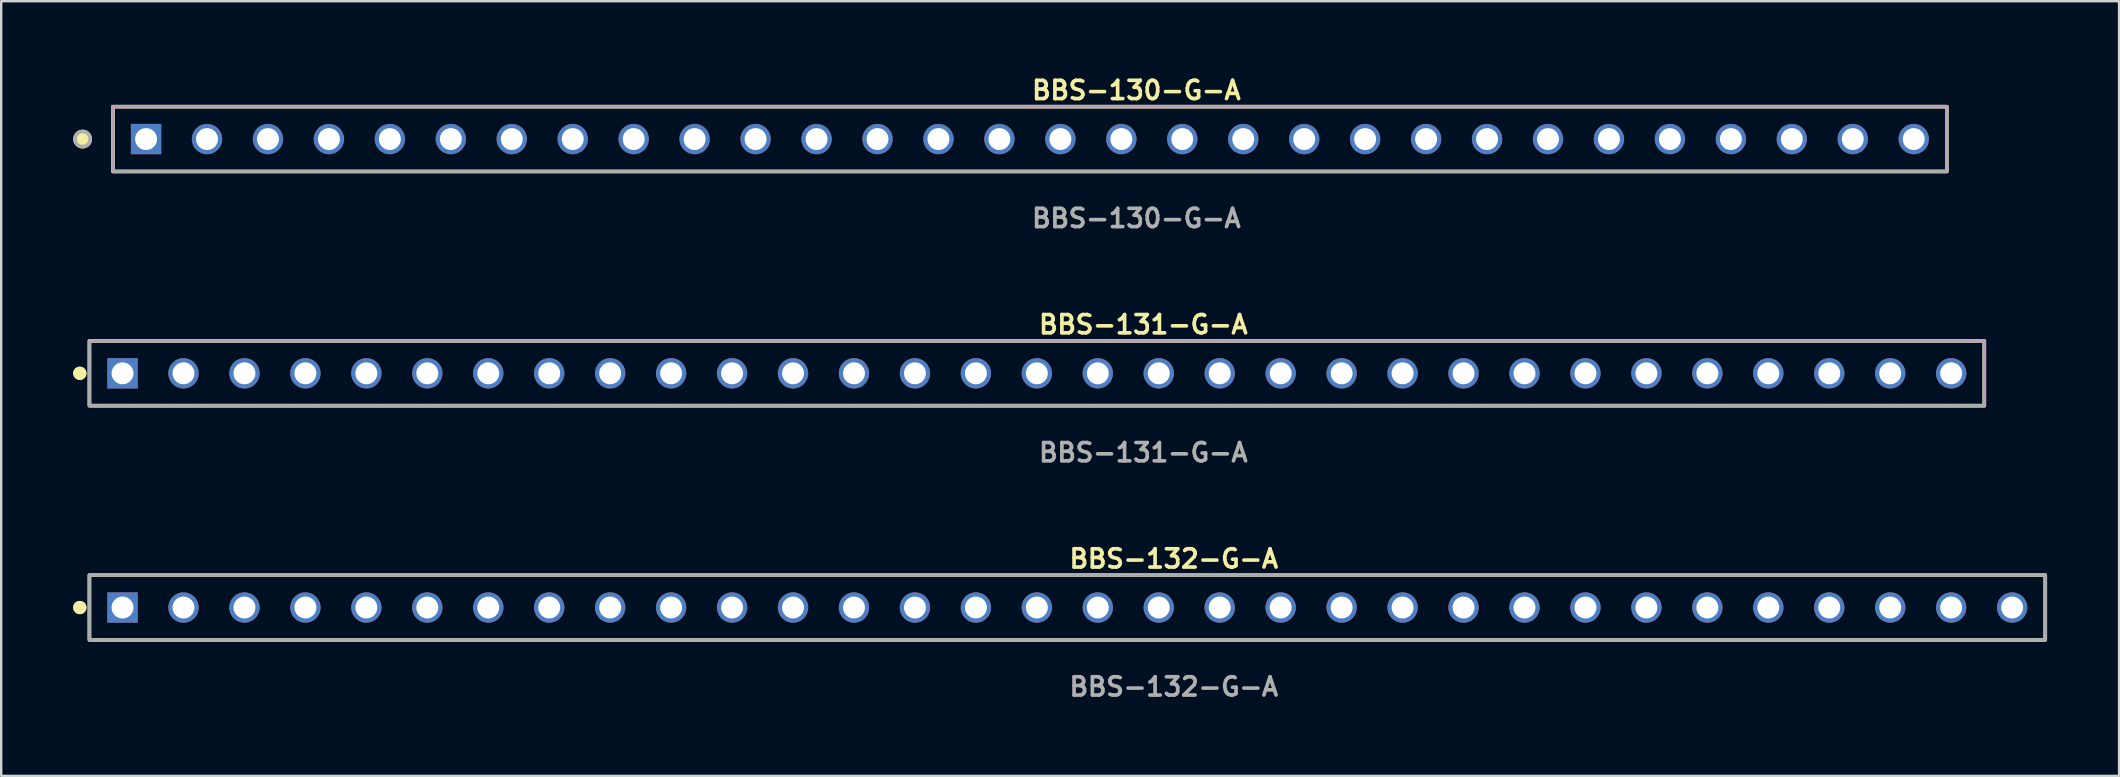
<source format=kicad_pcb>
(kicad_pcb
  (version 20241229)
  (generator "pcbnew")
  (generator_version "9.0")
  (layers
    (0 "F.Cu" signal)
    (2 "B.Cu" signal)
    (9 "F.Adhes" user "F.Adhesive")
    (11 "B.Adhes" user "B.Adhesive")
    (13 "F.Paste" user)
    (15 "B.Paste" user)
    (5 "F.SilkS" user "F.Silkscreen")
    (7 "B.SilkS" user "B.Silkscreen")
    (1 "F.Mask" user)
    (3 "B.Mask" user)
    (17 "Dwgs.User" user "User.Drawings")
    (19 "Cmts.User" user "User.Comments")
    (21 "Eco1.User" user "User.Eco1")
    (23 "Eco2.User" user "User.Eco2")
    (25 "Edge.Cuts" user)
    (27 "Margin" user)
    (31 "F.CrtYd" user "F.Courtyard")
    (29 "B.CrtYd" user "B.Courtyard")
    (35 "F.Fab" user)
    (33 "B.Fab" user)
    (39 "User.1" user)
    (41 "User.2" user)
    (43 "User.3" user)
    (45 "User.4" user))
  (footprint "BBS-132-G-A"
    (layer "F.Cu")
    (at 41.426 22.266)
    (property "Reference" "BBS-132-G-A" (at 0 -2.032 0) (unlocked yes) (layer "F.SilkS") (effects (font (size 0.762 0.762) (thickness 0.152)) (justify left)))
    (fp_rect (start -40.75 1.35) (end 40.75 -1.35) (stroke (width 0.152) (type solid)) (fill no) (layer "F.SilkS"))
    (fp_circle (center -41.15 0) (end -41.35 0) (stroke (width 0.152) (type solid)) (fill yes) (layer "F.SilkS"))
    (fp_circle (center -41.15 0) (end -41.35 0) (stroke (width 0.152) (type solid)) (fill yes) (layer "F.SilkS"))
    (fp_rect (start -40.75 1.35) (end 40.75 -1.35) (stroke (width 0.006) (type solid)) (fill no) (layer "F.CrtYd"))
    (fp_rect (start -40.75 1.35) (end 40.75 -1.35) (stroke (width 0.152) (type solid)) (fill no) (layer "F.Fab"))
    (fp_text user "${REFERENCE}" (at 0 3.302 0) (unlocked yes) (layer "F.Fab") (effects (font (size 0.762 0.762) (thickness 0.152)) (justify left)))
    (pad "1" thru_hole rect (at -39.37 0) (size 1.264 1.264) (drill 0.914) (layers "*.Cu" "*.Mask"))
    (pad "2" thru_hole circle (at -36.83 0) (size 1.264 1.264) (drill 0.914) (layers "*.Cu" "*.Mask"))
    (pad "3" thru_hole circle (at -34.29 0) (size 1.264 1.264) (drill 0.914) (layers "*.Cu" "*.Mask"))
    (pad "4" thru_hole circle (at -31.75 0) (size 1.264 1.264) (drill 0.914) (layers "*.Cu" "*.Mask"))
    (pad "5" thru_hole circle (at -29.21 0) (size 1.264 1.264) (drill 0.914) (layers "*.Cu" "*.Mask"))
    (pad "6" thru_hole circle (at -26.67 0) (size 1.264 1.264) (drill 0.914) (layers "*.Cu" "*.Mask"))
    (pad "7" thru_hole circle (at -24.13 0) (size 1.264 1.264) (drill 0.914) (layers "*.Cu" "*.Mask"))
    (pad "8" thru_hole circle (at -21.59 0) (size 1.264 1.264) (drill 0.914) (layers "*.Cu" "*.Mask"))
    (pad "9" thru_hole circle (at -19.05 0) (size 1.264 1.264) (drill 0.914) (layers "*.Cu" "*.Mask"))
    (pad "10" thru_hole circle (at -16.51 0) (size 1.264 1.264) (drill 0.914) (layers "*.Cu" "*.Mask"))
    (pad "11" thru_hole circle (at -13.97 0) (size 1.264 1.264) (drill 0.914) (layers "*.Cu" "*.Mask"))
    (pad "12" thru_hole circle (at -11.43 0) (size 1.264 1.264) (drill 0.914) (layers "*.Cu" "*.Mask"))
    (pad "13" thru_hole circle (at -8.89 0) (size 1.264 1.264) (drill 0.914) (layers "*.Cu" "*.Mask"))
    (pad "14" thru_hole circle (at -6.35 0) (size 1.264 1.264) (drill 0.914) (layers "*.Cu" "*.Mask"))
    (pad "15" thru_hole circle (at -3.81 0) (size 1.264 1.264) (drill 0.914) (layers "*.Cu" "*.Mask"))
    (pad "16" thru_hole circle (at -1.27 0) (size 1.264 1.264) (drill 0.914) (layers "*.Cu" "*.Mask"))
    (pad "17" thru_hole circle (at 1.27 0) (size 1.264 1.264) (drill 0.914) (layers "*.Cu" "*.Mask"))
    (pad "18" thru_hole circle (at 3.81 0) (size 1.264 1.264) (drill 0.914) (layers "*.Cu" "*.Mask"))
    (pad "19" thru_hole circle (at 6.35 0) (size 1.264 1.264) (drill 0.914) (layers "*.Cu" "*.Mask"))
    (pad "20" thru_hole circle (at 8.89 0) (size 1.264 1.264) (drill 0.914) (layers "*.Cu" "*.Mask"))
    (pad "21" thru_hole circle (at 11.43 0) (size 1.264 1.264) (drill 0.914) (layers "*.Cu" "*.Mask"))
    (pad "22" thru_hole circle (at 13.97 0) (size 1.264 1.264) (drill 0.914) (layers "*.Cu" "*.Mask"))
    (pad "23" thru_hole circle (at 16.51 0) (size 1.264 1.264) (drill 0.914) (layers "*.Cu" "*.Mask"))
    (pad "24" thru_hole circle (at 19.05 0) (size 1.264 1.264) (drill 0.914) (layers "*.Cu" "*.Mask"))
    (pad "25" thru_hole circle (at 21.59 0) (size 1.264 1.264) (drill 0.914) (layers "*.Cu" "*.Mask"))
    (pad "26" thru_hole circle (at 24.13 0) (size 1.264 1.264) (drill 0.914) (layers "*.Cu" "*.Mask"))
    (pad "27" thru_hole circle (at 26.67 0) (size 1.264 1.264) (drill 0.914) (layers "*.Cu" "*.Mask"))
    (pad "28" thru_hole circle (at 29.21 0) (size 1.264 1.264) (drill 0.914) (layers "*.Cu" "*.Mask"))
    (pad "29" thru_hole circle (at 31.75 0) (size 1.264 1.264) (drill 0.914) (layers "*.Cu" "*.Mask"))
    (pad "30" thru_hole circle (at 34.29 0) (size 1.264 1.264) (drill 0.914) (layers "*.Cu" "*.Mask"))
    (pad "31" thru_hole circle (at 36.83 0) (size 1.264 1.264) (drill 0.914) (layers "*.Cu" "*.Mask"))
    (pad "32" thru_hole circle (at 39.37 0) (size 1.264 1.264) (drill 0.914) (layers "*.Cu" "*.Mask")))
  (footprint "BBS-130-G-A"
    (layer "F.Cu")
    (at 39.866 2.745)
    (property "Reference" "BBS-130-G-A" (at 0 -2.032 0) (unlocked yes) (layer "F.SilkS") (effects (font (size 0.762 0.762) (thickness 0.152)) (justify left)))
    (fp_rect (start -38.21 1.35) (end 38.21 -1.35) (stroke (width 0.152) (type solid)) (fill no) (layer "F.SilkS"))
    (fp_circle (center -39.474 0) (end -39.79 0) (stroke (width 0.152) (type solid)) (fill yes) (layer "F.SilkS"))
    (fp_rect (start -38.21 1.35) (end 38.21 -1.35) (stroke (width 0.006) (type solid)) (fill no) (layer "F.CrtYd"))
    (fp_rect (start -38.21 1.35) (end 38.21 -1.35) (stroke (width 0.152) (type solid)) (fill no) (layer "F.Fab"))
    (fp_circle (center -39.474 0) (end -39.79 0) (stroke (width 0.152) (type solid)) (fill no) (layer "F.Fab"))
    (fp_text user "${REFERENCE}" (at 0 3.302 0) (unlocked yes) (layer "F.Fab") (effects (font (size 0.762 0.762) (thickness 0.152)) (justify left)))
    (pad "1" thru_hole rect (at -36.83 0) (size 1.264 1.264) (drill 0.914) (layers "*.Cu" "*.Mask"))
    (pad "2" thru_hole circle (at -34.29 0) (size 1.264 1.264) (drill 0.914) (layers "*.Cu" "*.Mask"))
    (pad "3" thru_hole circle (at -31.75 0) (size 1.264 1.264) (drill 0.914) (layers "*.Cu" "*.Mask"))
    (pad "4" thru_hole circle (at -29.21 0) (size 1.264 1.264) (drill 0.914) (layers "*.Cu" "*.Mask"))
    (pad "5" thru_hole circle (at -26.67 0) (size 1.264 1.264) (drill 0.914) (layers "*.Cu" "*.Mask"))
    (pad "6" thru_hole circle (at -24.13 0) (size 1.264 1.264) (drill 0.914) (layers "*.Cu" "*.Mask"))
    (pad "7" thru_hole circle (at -21.59 0) (size 1.264 1.264) (drill 0.914) (layers "*.Cu" "*.Mask"))
    (pad "8" thru_hole circle (at -19.05 0) (size 1.264 1.264) (drill 0.914) (layers "*.Cu" "*.Mask"))
    (pad "9" thru_hole circle (at -16.51 0) (size 1.264 1.264) (drill 0.914) (layers "*.Cu" "*.Mask"))
    (pad "10" thru_hole circle (at -13.97 0) (size 1.264 1.264) (drill 0.914) (layers "*.Cu" "*.Mask"))
    (pad "11" thru_hole circle (at -11.43 0) (size 1.264 1.264) (drill 0.914) (layers "*.Cu" "*.Mask"))
    (pad "12" thru_hole circle (at -8.89 0) (size 1.264 1.264) (drill 0.914) (layers "*.Cu" "*.Mask"))
    (pad "13" thru_hole circle (at -6.35 0) (size 1.264 1.264) (drill 0.914) (layers "*.Cu" "*.Mask"))
    (pad "14" thru_hole circle (at -3.81 0) (size 1.264 1.264) (drill 0.914) (layers "*.Cu" "*.Mask"))
    (pad "15" thru_hole circle (at -1.27 0) (size 1.264 1.264) (drill 0.914) (layers "*.Cu" "*.Mask"))
    (pad "16" thru_hole circle (at 1.27 0) (size 1.264 1.264) (drill 0.914) (layers "*.Cu" "*.Mask"))
    (pad "17" thru_hole circle (at 3.81 0) (size 1.264 1.264) (drill 0.914) (layers "*.Cu" "*.Mask"))
    (pad "18" thru_hole circle (at 6.35 0) (size 1.264 1.264) (drill 0.914) (layers "*.Cu" "*.Mask"))
    (pad "19" thru_hole circle (at 8.89 0) (size 1.264 1.264) (drill 0.914) (layers "*.Cu" "*.Mask"))
    (pad "20" thru_hole circle (at 11.43 0) (size 1.264 1.264) (drill 0.914) (layers "*.Cu" "*.Mask"))
    (pad "21" thru_hole circle (at 13.97 0) (size 1.264 1.264) (drill 0.914) (layers "*.Cu" "*.Mask"))
    (pad "22" thru_hole circle (at 16.51 0) (size 1.264 1.264) (drill 0.914) (layers "*.Cu" "*.Mask"))
    (pad "23" thru_hole circle (at 19.05 0) (size 1.264 1.264) (drill 0.914) (layers "*.Cu" "*.Mask"))
    (pad "24" thru_hole circle (at 21.59 0) (size 1.264 1.264) (drill 0.914) (layers "*.Cu" "*.Mask"))
    (pad "25" thru_hole circle (at 24.13 0) (size 1.264 1.264) (drill 0.914) (layers "*.Cu" "*.Mask"))
    (pad "26" thru_hole circle (at 26.67 0) (size 1.264 1.264) (drill 0.914) (layers "*.Cu" "*.Mask"))
    (pad "27" thru_hole circle (at 29.21 0) (size 1.264 1.264) (drill 0.914) (layers "*.Cu" "*.Mask"))
    (pad "28" thru_hole circle (at 31.75 0) (size 1.264 1.264) (drill 0.914) (layers "*.Cu" "*.Mask"))
    (pad "29" thru_hole circle (at 34.29 0) (size 1.264 1.264) (drill 0.914) (layers "*.Cu" "*.Mask"))
    (pad "30" thru_hole circle (at 36.83 0) (size 1.264 1.264) (drill 0.914) (layers "*.Cu" "*.Mask")))
  (footprint "BBS-131-G-A"
    (layer "F.Cu")
    (at 40.156 12.506)
    (property "Reference" "BBS-131-G-A" (at 0 -2.032 0) (unlocked yes) (layer "F.SilkS") (effects (font (size 0.762 0.762) (thickness 0.152)) (justify left)))
    (fp_rect (start -39.48 1.35) (end 39.48 -1.35) (stroke (width 0.152) (type solid)) (fill no) (layer "F.SilkS"))
    (fp_circle (center -39.88 0) (end -40.08 0) (stroke (width 0.152) (type solid)) (fill yes) (layer "F.SilkS"))
    (fp_circle (center -39.88 0) (end -40.08 0) (stroke (width 0.152) (type solid)) (fill yes) (layer "F.SilkS"))
    (fp_rect (start -39.48 1.35) (end 39.48 -1.35) (stroke (width 0.006) (type solid)) (fill no) (layer "F.CrtYd"))
    (fp_rect (start -39.48 1.35) (end 39.48 -1.35) (stroke (width 0.152) (type solid)) (fill no) (layer "F.Fab"))
    (fp_text user "${REFERENCE}" (at 0 3.302 0) (unlocked yes) (layer "F.Fab") (effects (font (size 0.762 0.762) (thickness 0.152)) (justify left)))
    (pad "1" thru_hole rect (at -38.1 0) (size 1.264 1.264) (drill 0.914) (layers "*.Cu" "*.Mask"))
    (pad "2" thru_hole circle (at -35.56 0) (size 1.264 1.264) (drill 0.914) (layers "*.Cu" "*.Mask"))
    (pad "3" thru_hole circle (at -33.02 0) (size 1.264 1.264) (drill 0.914) (layers "*.Cu" "*.Mask"))
    (pad "4" thru_hole circle (at -30.48 0) (size 1.264 1.264) (drill 0.914) (layers "*.Cu" "*.Mask"))
    (pad "5" thru_hole circle (at -27.94 0) (size 1.264 1.264) (drill 0.914) (layers "*.Cu" "*.Mask"))
    (pad "6" thru_hole circle (at -25.4 0) (size 1.264 1.264) (drill 0.914) (layers "*.Cu" "*.Mask"))
    (pad "7" thru_hole circle (at -22.86 0) (size 1.264 1.264) (drill 0.914) (layers "*.Cu" "*.Mask"))
    (pad "8" thru_hole circle (at -20.32 0) (size 1.264 1.264) (drill 0.914) (layers "*.Cu" "*.Mask"))
    (pad "9" thru_hole circle (at -17.78 0) (size 1.264 1.264) (drill 0.914) (layers "*.Cu" "*.Mask"))
    (pad "10" thru_hole circle (at -15.24 0) (size 1.264 1.264) (drill 0.914) (layers "*.Cu" "*.Mask"))
    (pad "11" thru_hole circle (at -12.7 0) (size 1.264 1.264) (drill 0.914) (layers "*.Cu" "*.Mask"))
    (pad "12" thru_hole circle (at -10.16 0) (size 1.264 1.264) (drill 0.914) (layers "*.Cu" "*.Mask"))
    (pad "13" thru_hole circle (at -7.62 0) (size 1.264 1.264) (drill 0.914) (layers "*.Cu" "*.Mask"))
    (pad "14" thru_hole circle (at -5.08 0) (size 1.264 1.264) (drill 0.914) (layers "*.Cu" "*.Mask"))
    (pad "15" thru_hole circle (at -2.54 0) (size 1.264 1.264) (drill 0.914) (layers "*.Cu" "*.Mask"))
    (pad "16" thru_hole circle (at 0 0) (size 1.264 1.264) (drill 0.914) (layers "*.Cu" "*.Mask"))
    (pad "17" thru_hole circle (at 2.54 0) (size 1.264 1.264) (drill 0.914) (layers "*.Cu" "*.Mask"))
    (pad "18" thru_hole circle (at 5.08 0) (size 1.264 1.264) (drill 0.914) (layers "*.Cu" "*.Mask"))
    (pad "19" thru_hole circle (at 7.62 0) (size 1.264 1.264) (drill 0.914) (layers "*.Cu" "*.Mask"))
    (pad "20" thru_hole circle (at 10.16 0) (size 1.264 1.264) (drill 0.914) (layers "*.Cu" "*.Mask"))
    (pad "21" thru_hole circle (at 12.7 0) (size 1.264 1.264) (drill 0.914) (layers "*.Cu" "*.Mask"))
    (pad "22" thru_hole circle (at 15.24 0) (size 1.264 1.264) (drill 0.914) (layers "*.Cu" "*.Mask"))
    (pad "23" thru_hole circle (at 17.78 0) (size 1.264 1.264) (drill 0.914) (layers "*.Cu" "*.Mask"))
    (pad "24" thru_hole circle (at 20.32 0) (size 1.264 1.264) (drill 0.914) (layers "*.Cu" "*.Mask"))
    (pad "25" thru_hole circle (at 22.86 0) (size 1.264 1.264) (drill 0.914) (layers "*.Cu" "*.Mask"))
    (pad "26" thru_hole circle (at 25.4 0) (size 1.264 1.264) (drill 0.914) (layers "*.Cu" "*.Mask"))
    (pad "27" thru_hole circle (at 27.94 0) (size 1.264 1.264) (drill 0.914) (layers "*.Cu" "*.Mask"))
    (pad "28" thru_hole circle (at 30.48 0) (size 1.264 1.264) (drill 0.914) (layers "*.Cu" "*.Mask"))
    (pad "29" thru_hole circle (at 33.02 0) (size 1.264 1.264) (drill 0.914) (layers "*.Cu" "*.Mask"))
    (pad "30" thru_hole circle (at 35.56 0) (size 1.264 1.264) (drill 0.914) (layers "*.Cu" "*.Mask"))
    (pad "31" thru_hole circle (at 38.1 0) (size 1.264 1.264) (drill 0.914) (layers "*.Cu" "*.Mask")))
  (gr_rect
    (start -3 -3)
    (end 85.252 29.281)
    (stroke (width 0.1) (type default))
    (fill no)
    (layer "Edge.Cuts")))
</source>
